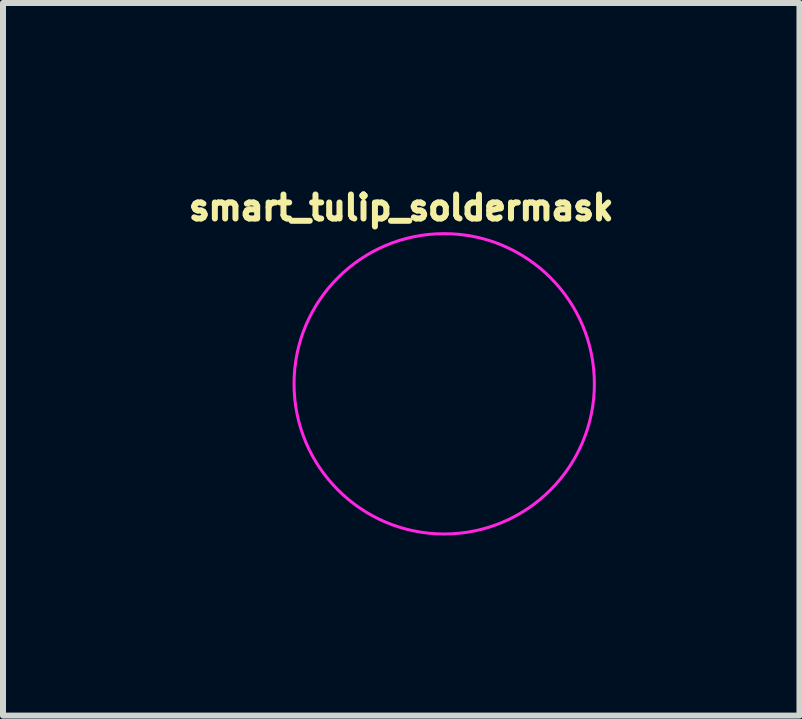
<source format=kicad_pcb>
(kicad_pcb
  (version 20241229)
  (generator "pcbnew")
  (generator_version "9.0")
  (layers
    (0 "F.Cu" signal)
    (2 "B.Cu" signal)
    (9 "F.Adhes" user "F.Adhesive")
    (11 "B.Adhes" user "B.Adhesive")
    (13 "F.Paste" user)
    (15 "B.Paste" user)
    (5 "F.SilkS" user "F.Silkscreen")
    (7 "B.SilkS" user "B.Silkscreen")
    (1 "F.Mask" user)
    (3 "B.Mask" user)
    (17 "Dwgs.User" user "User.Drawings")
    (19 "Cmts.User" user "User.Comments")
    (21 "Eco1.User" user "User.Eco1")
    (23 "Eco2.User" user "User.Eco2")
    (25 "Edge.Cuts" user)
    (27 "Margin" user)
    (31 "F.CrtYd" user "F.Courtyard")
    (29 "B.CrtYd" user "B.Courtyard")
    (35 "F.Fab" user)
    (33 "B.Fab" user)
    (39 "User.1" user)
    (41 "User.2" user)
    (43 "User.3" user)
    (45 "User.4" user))
  (footprint "smart_tulip_soldermask"
    (layer "F.Cu")
    (at 4.65 3.712)
    (property "Reference" "smart_tulip_soldermask" (at -1.016 -3.302 0) (layer "F.SilkS") (effects (font (size 0.4 0.4) (thickness 0.1))))
    (attr through_hole board_only)
    (fp_poly (pts (xy 1.422 -0.379) (xy 1.42 -0.318) (xy 1.413 -0.246) (xy 1.403 -0.167) (xy 1.389 -0.088) (xy 1.373 -0.012) (xy 1.367 0.015) (xy 1.316 0.182) (xy 1.25 0.342) (xy 1.17 0.494) (xy 1.077 0.637) (xy 0.971 0.771) (xy 0.853 0.894) (xy 0.725 1.006) (xy 0.586 1.106) (xy 0.438 1.193) (xy 0.281 1.267) (xy 0.117 1.326) (xy 0.061 1.343) (xy -0.005 1.359) (xy -0.078 1.373) (xy -0.154 1.386) (xy -0.228 1.396) (xy -0.296 1.403) (xy -0.353 1.405) (xy -0.356 1.405) (xy -0.423 1.405) (xy -0.423 1.12) (xy -0.31 1.111) (xy -0.145 1.089) (xy 0.014 1.051) (xy 0.166 0.999) (xy 0.31 0.931) (xy 0.446 0.849) (xy 0.573 0.753) (xy 0.69 0.644) (xy 0.798 0.521) (xy 0.884 0.4) (xy 0.949 0.289) (xy 1.006 0.169) (xy 1.054 0.044) (xy 1.09 -0.082) (xy 1.115 -0.206) (xy 1.123 -0.279) (xy 1.126 -0.313) (xy 1.128 -0.341) (xy 1.13 -0.359) (xy 1.131 -0.36) (xy 1.133 -0.38) (xy 1.134 -0.406) (xy 1.134 -0.409) (xy 1.135 -0.44) (xy 1.422 -0.44) (xy 1.422 -0.379)) (stroke (width 0.01) (type solid)) (fill yes) (layer "F.Mask"))
    (fp_poly (pts (xy -1.853 -2.028) (xy -1.77 -2.017) (xy -1.682 -1.999) (xy -1.597 -1.977) (xy -1.518 -1.95) (xy -1.511 -1.947) (xy -1.379 -1.886) (xy -1.257 -1.811) (xy -1.144 -1.723) (xy -1.042 -1.623) (xy -0.952 -1.512) (xy -0.928 -1.477) (xy -0.871 -1.385) (xy -0.824 -1.289) (xy -0.784 -1.185) (xy -0.749 -1.07) (xy -0.747 -1.063) (xy -0.724 -0.978) (xy -0.722 -0.083) (xy -0.719 0.813) (xy -0.768 0.812) (xy -0.8 0.81) (xy -0.829 0.808) (xy -0.842 0.807) (xy -0.99 0.781) (xy -1.127 0.743) (xy -1.254 0.692) (xy -1.372 0.627) (xy -1.483 0.548) (xy -1.577 0.466) (xy -1.674 0.364) (xy -1.756 0.258) (xy -1.823 0.146) (xy -1.878 0.025) (xy -1.901 -0.038) (xy -1.912 -0.071) (xy -1.922 -0.102) (xy -1.931 -0.133) (xy -1.938 -0.164) (xy -1.945 -0.196) (xy -1.95 -0.231) (xy -1.955 -0.27) (xy -1.959 -0.314) (xy -1.963 -0.364) (xy -1.966 -0.421) (xy -1.968 -0.486) (xy -1.97 -0.56) (xy -1.971 -0.645) (xy -1.972 -0.741) (xy -1.972 -0.85) (xy -1.973 -0.972) (xy -1.973 -1.11) (xy -1.973 -1.238) (xy -1.973 -2.032) (xy -1.928 -2.032) (xy -1.853 -2.028)) (stroke (width 0.01) (type solid)) (fill yes) (layer "F.Mask"))
    (fp_poly (pts (xy 2.015 -0.366) (xy 2.013 -0.315) (xy 2.009 -0.251) (xy 2.002 -0.182) (xy 1.994 -0.111) (xy 1.984 -0.044) (xy 1.977 0) (xy 1.935 0.181) (xy 1.879 0.362) (xy 1.81 0.539) (xy 1.728 0.709) (xy 1.635 0.869) (xy 1.585 0.944) (xy 1.471 1.095) (xy 1.343 1.239) (xy 1.205 1.374) (xy 1.059 1.496) (xy 0.961 1.568) (xy 0.795 1.673) (xy 0.621 1.764) (xy 0.439 1.841) (xy 0.252 1.904) (xy 0.062 1.951) (xy -0.131 1.982) (xy -0.302 1.996) (xy -0.423 2.001) (xy -0.423 1.71) (xy -0.387 1.709) (xy -0.356 1.708) (xy -0.326 1.706) (xy -0.322 1.706) (xy -0.299 1.704) (xy -0.266 1.702) (xy -0.229 1.699) (xy -0.223 1.698) (xy -0.163 1.692) (xy -0.092 1.681) (xy -0.016 1.667) (xy 0.062 1.651) (xy 0.136 1.633) (xy 0.174 1.622) (xy 0.351 1.563) (xy 0.521 1.488) (xy 0.684 1.399) (xy 0.838 1.296) (xy 0.983 1.18) (xy 1.118 1.053) (xy 1.241 0.914) (xy 1.352 0.764) (xy 1.45 0.605) (xy 1.503 0.504) (xy 1.545 0.414) (xy 1.58 0.333) (xy 1.609 0.255) (xy 1.634 0.174) (xy 1.655 0.101) (xy 1.675 0.013) (xy 1.693 -0.084) (xy 1.708 -0.185) (xy 1.719 -0.283) (xy 1.726 -0.374) (xy 1.727 -0.413) (xy 1.727 -0.44) (xy 2.015 -0.44) (xy 2.015 -0.366)) (stroke (width 0.01) (type solid)) (fill yes) (layer "F.Mask"))
    (fp_poly (pts (xy 0.829 -1.197) (xy 0.829 -1.051) (xy 0.829 -0.921) (xy 0.828 -0.805) (xy 0.828 -0.703) (xy 0.827 -0.614) (xy 0.826 -0.536) (xy 0.825 -0.469) (xy 0.824 -0.412) (xy 0.822 -0.362) (xy 0.82 -0.32) (xy 0.817 -0.284) (xy 0.815 -0.253) (xy 0.811 -0.227) (xy 0.807 -0.203) (xy 0.803 -0.181) (xy 0.798 -0.16) (xy 0.796 -0.15) (xy 0.751 -0.009) (xy 0.693 0.124) (xy 0.622 0.247) (xy 0.539 0.36) (xy 0.444 0.462) (xy 0.34 0.553) (xy 0.226 0.631) (xy 0.104 0.697) (xy -0.026 0.748) (xy -0.162 0.785) (xy -0.304 0.807) (xy -0.338 0.809) (xy -0.424 0.815) (xy -0.421 0.055) (xy -0.146 0.055) (xy -0.142 0.118) (xy -0.124 0.18) (xy -0.102 0.222) (xy -0.066 0.266) (xy -0.018 0.303) (xy 0.037 0.331) (xy 0.041 0.332) (xy 0.086 0.343) (xy 0.138 0.345) (xy 0.191 0.338) (xy 0.238 0.324) (xy 0.239 0.324) (xy 0.288 0.294) (xy 0.334 0.252) (xy 0.37 0.203) (xy 0.378 0.187) (xy 0.395 0.137) (xy 0.403 0.08) (xy 0.4 0.023) (xy 0.387 -0.028) (xy 0.384 -0.035) (xy 0.355 -0.082) (xy 0.316 -0.127) (xy 0.272 -0.163) (xy 0.25 -0.176) (xy 0.196 -0.195) (xy 0.136 -0.202) (xy 0.076 -0.198) (xy 0.033 -0.187) (xy -0.026 -0.156) (xy -0.074 -0.114) (xy -0.111 -0.064) (xy -0.135 -0.007) (xy -0.146 0.055) (xy -0.421 0.055) (xy -0.421 -0.073) (xy -0.421 -0.217) (xy -0.42 -0.345) (xy -0.42 -0.459) (xy -0.419 -0.559) (xy -0.419 -0.646) (xy -0.418 -0.722) (xy -0.417 -0.787) (xy -0.416 -0.843) (xy -0.414 -0.891) (xy -0.412 -0.932) (xy -0.41 -0.967) (xy -0.406 -0.996) (xy -0.403 -1.022) (xy -0.399 -1.045) (xy -0.394 -1.067) (xy -0.388 -1.088) (xy -0.381 -1.109) (xy -0.374 -1.132) (xy -0.366 -1.158) (xy -0.363 -1.166) (xy -0.312 -1.298) (xy -0.248 -1.422) (xy -0.169 -1.538) (xy -0.075 -1.647) (xy -0.028 -1.693) (xy 0.052 -1.764) (xy 0.133 -1.823) (xy 0.223 -1.877) (xy 0.26 -1.896) (xy 0.39 -1.953) (xy 0.525 -1.995) (xy 0.661 -2.021) (xy 0.741 -2.029) (xy 0.83 -2.035) (xy 0.829 -1.197)) (stroke (width 0.01) (type solid)) (fill yes) (layer "F.Mask"))
    (fp_circle (center -0.3 -0.368) (end -2.538 0.75) (stroke (width 0.05) (type default)) (fill no) (layer "F.CrtYd")))
  (gr_rect
    (start -3 -3)
    (end 10.268 8.871)
    (stroke (width 0.1) (type default))
    (fill no)
    (layer "Edge.Cuts")))
</source>
